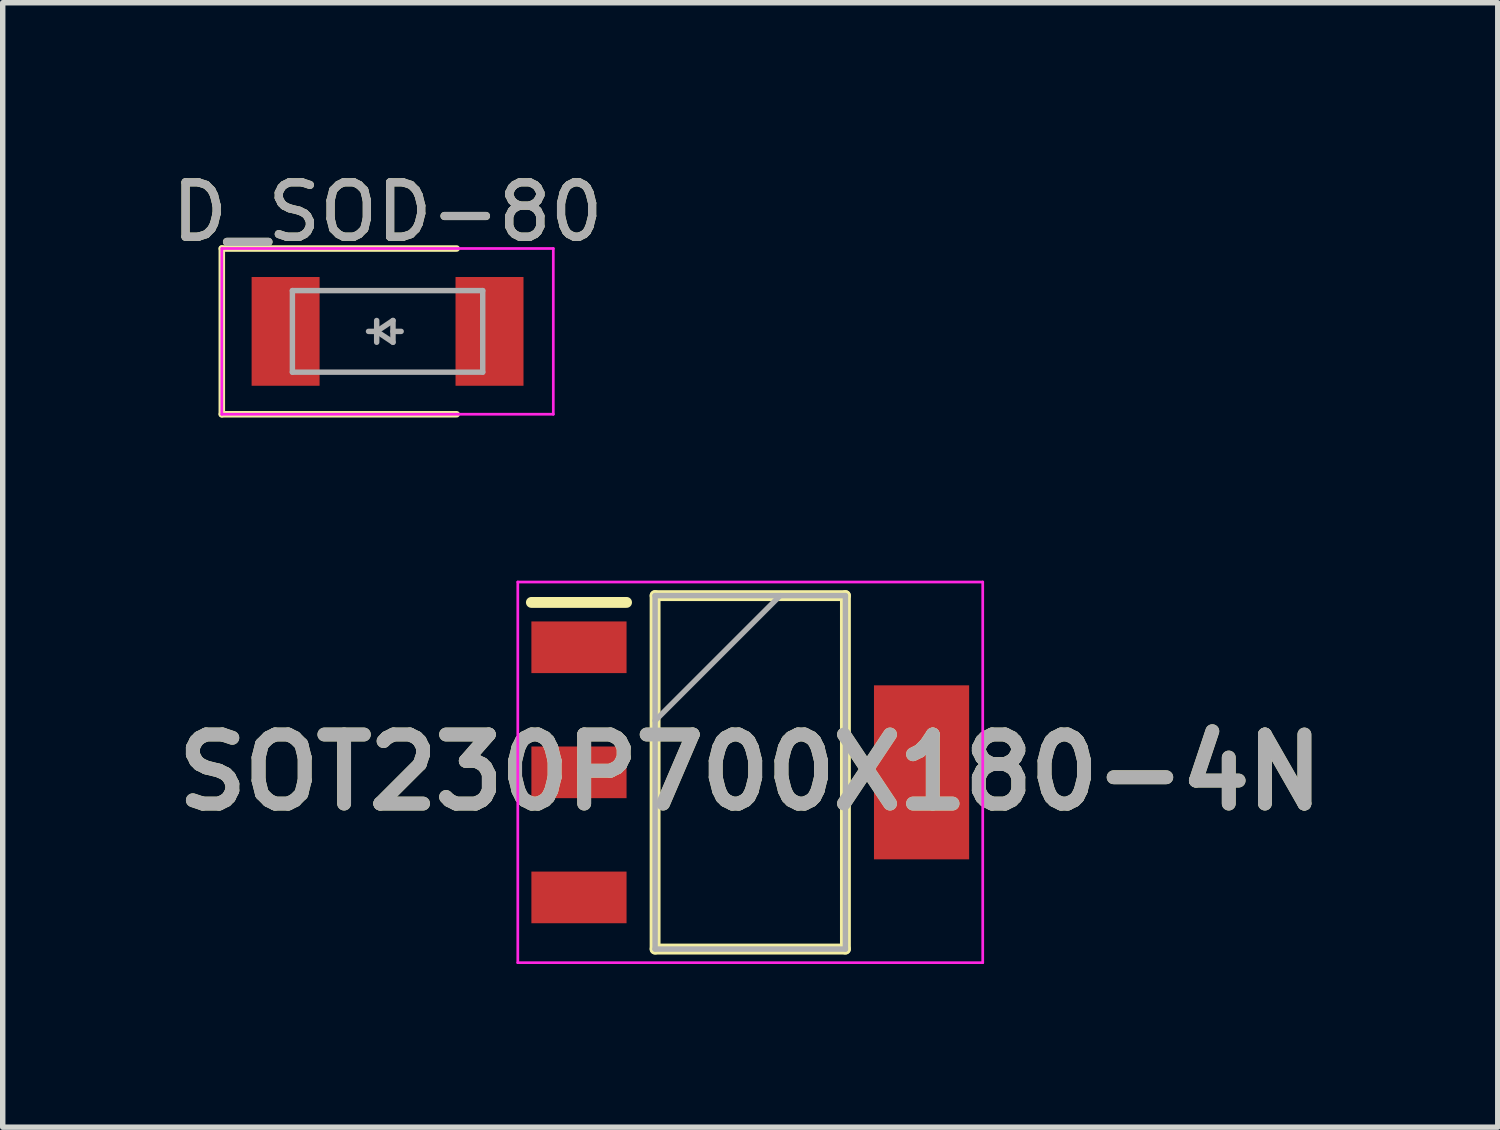
<source format=kicad_pcb>
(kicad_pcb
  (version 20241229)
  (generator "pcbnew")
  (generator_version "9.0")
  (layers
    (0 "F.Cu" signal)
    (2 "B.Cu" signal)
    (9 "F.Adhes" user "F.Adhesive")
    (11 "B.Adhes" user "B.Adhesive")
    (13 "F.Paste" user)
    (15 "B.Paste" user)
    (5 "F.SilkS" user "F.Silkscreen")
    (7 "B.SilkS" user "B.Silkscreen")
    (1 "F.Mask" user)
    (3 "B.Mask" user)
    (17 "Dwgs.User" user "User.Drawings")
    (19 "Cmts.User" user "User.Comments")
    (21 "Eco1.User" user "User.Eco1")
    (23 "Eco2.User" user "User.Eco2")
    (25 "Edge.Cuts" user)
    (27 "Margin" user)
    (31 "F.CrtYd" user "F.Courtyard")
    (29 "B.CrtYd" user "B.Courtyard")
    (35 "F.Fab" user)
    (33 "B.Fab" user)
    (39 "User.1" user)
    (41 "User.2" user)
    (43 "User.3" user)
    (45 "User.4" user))
  (footprint "SOT230P700X180-4N"
    (layer "F.Cu")
    (at 10.747 11.153)
    (property "Reference" "SOT230P700X180-4N" (at 0 0 0) (layer "F.SilkS") (effects (font (size 1.27 1.27) (thickness 0.254))))
    (attr smd)
    (fp_line (start -4.025 -3.125) (end -2.275 -3.125) (stroke (width 0.2) (type solid)) (layer "F.SilkS"))
    (fp_line (start -1.75 -3.25) (end 1.75 -3.25) (stroke (width 0.2) (type solid)) (layer "F.SilkS"))
    (fp_line (start -1.75 3.25) (end -1.75 -3.25) (stroke (width 0.2) (type solid)) (layer "F.SilkS"))
    (fp_line (start 1.75 -3.25) (end 1.75 3.25) (stroke (width 0.2) (type solid)) (layer "F.SilkS"))
    (fp_line (start 1.75 3.25) (end -1.75 3.25) (stroke (width 0.2) (type solid)) (layer "F.SilkS"))
    (fp_line (start -4.275 -3.5) (end 4.275 -3.5) (stroke (width 0.05) (type solid)) (layer "F.CrtYd"))
    (fp_line (start -4.275 3.5) (end -4.275 -3.5) (stroke (width 0.05) (type solid)) (layer "F.CrtYd"))
    (fp_line (start 4.275 -3.5) (end 4.275 3.5) (stroke (width 0.05) (type solid)) (layer "F.CrtYd"))
    (fp_line (start 4.275 3.5) (end -4.275 3.5) (stroke (width 0.05) (type solid)) (layer "F.CrtYd"))
    (fp_line (start -1.75 -3.25) (end 1.75 -3.25) (stroke (width 0.1) (type solid)) (layer "F.Fab"))
    (fp_line (start -1.75 -0.95) (end 0.55 -3.25) (stroke (width 0.1) (type solid)) (layer "F.Fab"))
    (fp_line (start -1.75 3.25) (end -1.75 -3.25) (stroke (width 0.1) (type solid)) (layer "F.Fab"))
    (fp_line (start 1.75 -3.25) (end 1.75 3.25) (stroke (width 0.1) (type solid)) (layer "F.Fab"))
    (fp_line (start 1.75 3.25) (end -1.75 3.25) (stroke (width 0.1) (type solid)) (layer "F.Fab"))
    (fp_text user "${REFERENCE}" (at 0 0 0) (layer "F.Fab") (effects (font (size 1.27 1.27) (thickness 0.254))))
    (pad "1" smd rect (at -3.15 -2.3 90) (size 0.95 1.75) (layers "F.Cu" "F.Mask" "F.Paste"))
    (pad "2" smd rect (at -3.15 0 90) (size 0.95 1.75) (layers "F.Cu" "F.Mask" "F.Paste"))
    (pad "3" smd rect (at -3.15 2.3 90) (size 0.95 1.75) (layers "F.Cu" "F.Mask" "F.Paste"))
    (pad "4" smd rect (at 3.15 0) (size 1.75 3.2) (layers "F.Cu" "F.Mask" "F.Paste")))
  (footprint "D_SOD-80"
    (layer "F.Cu")
    (at 4.077 3.044)
    (property "Reference" "D_SOD-80" (at 0 -2.196 0) (layer "F.SilkS") (effects (font (size 1 1) (thickness 0.15))))
    (attr smd)
    (fp_line (start -3.048 -1.524) (end -3.048 1.524) (stroke (width 0.12) (type solid)) (layer "F.SilkS"))
    (fp_line (start -3.048 -1.524) (end 1.27 -1.524) (stroke (width 0.12) (type solid)) (layer "F.SilkS"))
    (fp_line (start -3.048 1.524) (end 1.27 1.524) (stroke (width 0.12) (type solid)) (layer "F.SilkS"))
    (fp_line (start -3.048 -1.524) (end -3.048 1.524) (stroke (width 0.05) (type solid)) (layer "F.CrtYd"))
    (fp_line (start -3.048 -1.524) (end 3.048 -1.524) (stroke (width 0.05) (type solid)) (layer "F.CrtYd"))
    (fp_line (start 3.048 -1.524) (end 3.048 1.524) (stroke (width 0.05) (type solid)) (layer "F.CrtYd"))
    (fp_line (start 3.048 1.524) (end -3.048 1.524) (stroke (width 0.05) (type solid)) (layer "F.CrtYd"))
    (fp_line (start -1.75 -0.75) (end -1.75 0.75) (stroke (width 0.1) (type solid)) (layer "F.Fab"))
    (fp_line (start -1.75 0.75) (end 1.75 0.75) (stroke (width 0.1) (type solid)) (layer "F.Fab"))
    (fp_line (start -0.2 0) (end -0.35 0) (stroke (width 0.1) (type solid)) (layer "F.Fab"))
    (fp_line (start -0.2 0) (end 0.1 0.2) (stroke (width 0.1) (type solid)) (layer "F.Fab"))
    (fp_line (start -0.2 0.2) (end -0.2 -0.2) (stroke (width 0.1) (type solid)) (layer "F.Fab"))
    (fp_line (start 0.1 -0.2) (end -0.2 0) (stroke (width 0.1) (type solid)) (layer "F.Fab"))
    (fp_line (start 0.1 0) (end 0.25 0) (stroke (width 0.1) (type solid)) (layer "F.Fab"))
    (fp_line (start 0.1 0.2) (end 0.1 -0.2) (stroke (width 0.1) (type solid)) (layer "F.Fab"))
    (fp_line (start 1.75 -0.75) (end -1.75 -0.75) (stroke (width 0.1) (type solid)) (layer "F.Fab"))
    (fp_line (start 1.75 0.75) (end 1.75 -0.75) (stroke (width 0.1) (type solid)) (layer "F.Fab"))
    (fp_text user "${REFERENCE}" (at 0 -2.196 0) (layer "F.Fab") (effects (font (size 1 1) (thickness 0.15))))
    (pad "1" smd rect (at -1.875 0) (size 1.25 2) (layers "F.Cu" "F.Mask" "F.Paste"))
    (pad "2" smd rect (at 1.875 0) (size 1.25 2) (layers "F.Cu" "F.Mask" "F.Paste")))
  (gr_rect
    (start -3 -3)
    (end 24.493 17.678)
    (stroke (width 0.1) (type default))
    (fill no)
    (layer "Edge.Cuts")))
</source>
